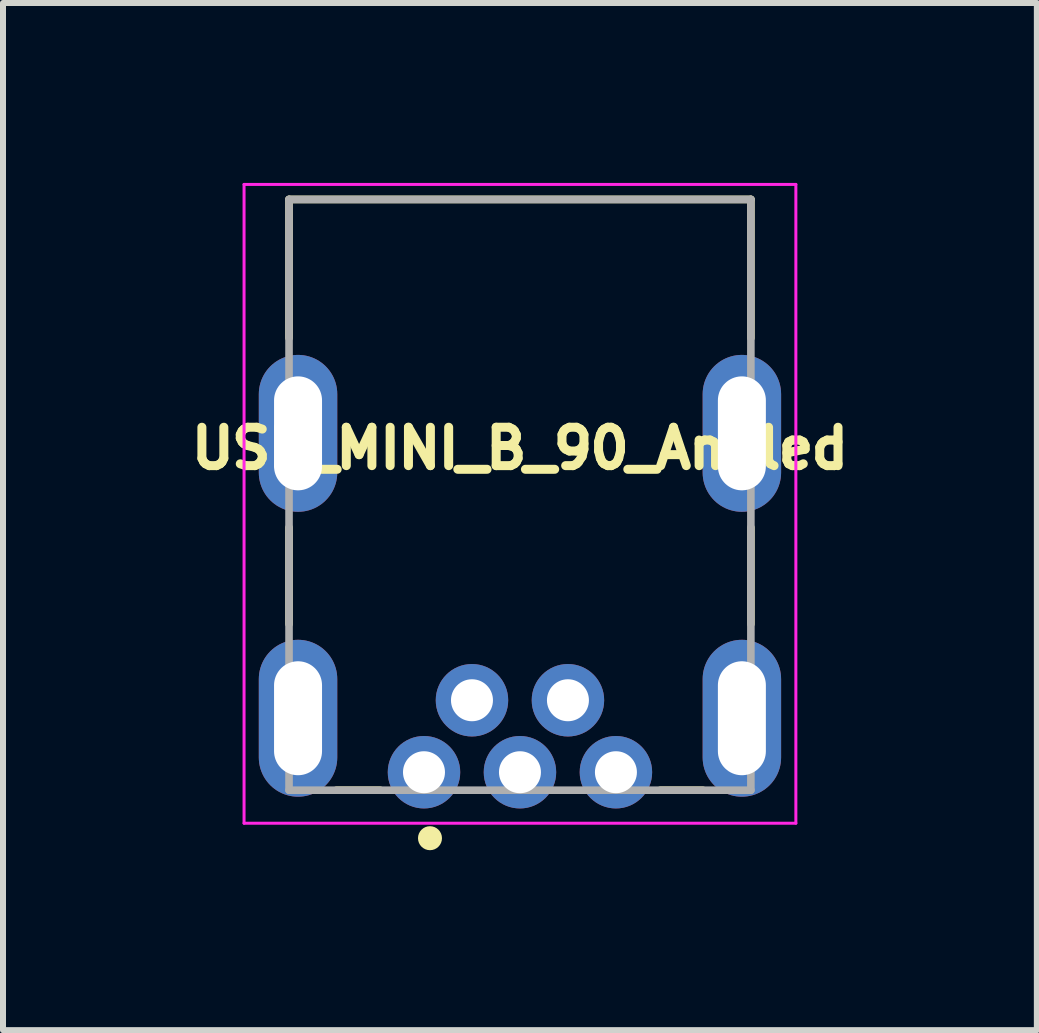
<source format=kicad_pcb>
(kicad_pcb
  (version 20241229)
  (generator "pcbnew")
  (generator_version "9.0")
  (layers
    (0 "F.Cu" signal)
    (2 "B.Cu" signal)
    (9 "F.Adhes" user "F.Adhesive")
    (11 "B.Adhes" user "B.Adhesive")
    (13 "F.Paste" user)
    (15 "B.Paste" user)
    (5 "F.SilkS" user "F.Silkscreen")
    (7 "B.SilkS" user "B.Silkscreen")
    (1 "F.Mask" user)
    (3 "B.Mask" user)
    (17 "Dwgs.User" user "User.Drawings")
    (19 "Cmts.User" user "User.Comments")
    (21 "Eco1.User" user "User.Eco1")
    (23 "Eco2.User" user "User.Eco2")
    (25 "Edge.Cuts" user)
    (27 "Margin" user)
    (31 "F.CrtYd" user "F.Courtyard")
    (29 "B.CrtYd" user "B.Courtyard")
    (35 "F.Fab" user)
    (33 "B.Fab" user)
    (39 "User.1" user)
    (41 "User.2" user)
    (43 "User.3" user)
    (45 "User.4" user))
  (footprint "USB_MINI_B_90_Angled"
    (layer "F.Cu")
    (at 5.619 8.925)
    (property "Reference" "USB_MINI_B_90_Angled" (at 0 -4.5 0) (layer "F.SilkS") (effects (font (size 0.64 0.64) (thickness 0.15))))
    (attr through_hole)
    (fp_line (start -3.85 -8.65) (end -3.85 -6.34) (stroke (width 0.127) (type solid)) (layer "F.SilkS"))
    (fp_line (start -3.85 -8.65) (end 3.85 -8.65) (stroke (width 0.127) (type solid)) (layer "F.SilkS"))
    (fp_line (start -3.85 -3.18) (end -3.85 -1.57) (stroke (width 0.127) (type solid)) (layer "F.SilkS"))
    (fp_line (start -3.06 1.2) (end -2.33 1.2) (stroke (width 0.127) (type solid)) (layer "F.SilkS"))
    (fp_line (start 2.34 1.2) (end 3.05 1.2) (stroke (width 0.127) (type solid)) (layer "F.SilkS"))
    (fp_line (start 3.85 -8.65) (end 3.85 -6.34) (stroke (width 0.127) (type solid)) (layer "F.SilkS"))
    (fp_line (start 3.85 -3.18) (end 3.85 -1.57) (stroke (width 0.127) (type solid)) (layer "F.SilkS"))
    (fp_circle (center -1.5 2) (end -1.4 2) (stroke (width 0.2) (type solid)) (fill no) (layer "F.SilkS"))
    (fp_line (start -4.6 -8.9) (end 4.6 -8.9) (stroke (width 0.05) (type solid)) (layer "F.CrtYd"))
    (fp_line (start -4.6 1.75) (end -4.6 -8.9) (stroke (width 0.05) (type solid)) (layer "F.CrtYd"))
    (fp_line (start 4.6 -8.9) (end 4.6 1.75) (stroke (width 0.05) (type solid)) (layer "F.CrtYd"))
    (fp_line (start 4.6 1.75) (end -4.6 1.75) (stroke (width 0.05) (type solid)) (layer "F.CrtYd"))
    (fp_line (start -3.85 -8.65) (end 3.85 -8.65) (stroke (width 0.127) (type solid)) (layer "F.Fab"))
    (fp_line (start -3.85 1.2) (end -3.85 -8.65) (stroke (width 0.127) (type solid)) (layer "F.Fab"))
    (fp_line (start 3.85 -8.65) (end 3.85 1.2) (stroke (width 0.127) (type solid)) (layer "F.Fab"))
    (fp_line (start 3.85 1.2) (end -3.85 1.2) (stroke (width 0.127) (type solid)) (layer "F.Fab"))
    (pad "1" thru_hole circle (at 1.6 0.9) (size 1.208 1.208) (drill 0.7) (layers "*.Cu" "*.Mask"))
    (pad "2" thru_hole circle (at 0.8 -0.3) (size 1.208 1.208) (drill 0.7) (layers "*.Cu" "*.Mask"))
    (pad "3" thru_hole circle (at 0 0.9) (size 1.208 1.208) (drill 0.7) (layers "*.Cu" "*.Mask"))
    (pad "4" thru_hole circle (at -0.8 -0.3) (size 1.208 1.208) (drill 0.7) (layers "*.Cu" "*.Mask"))
    (pad "5" thru_hole circle (at -1.6 0.9) (size 1.208 1.208) (drill 0.7) (layers "*.Cu" "*.Mask"))
    (pad "SH1" thru_hole oval (at -3.7 -4.75) (size 1.308 2.616) (drill oval 0.8 1.9) (layers "*.Cu" "*.Mask"))
    (pad "SH2" thru_hole oval (at -3.7 0) (size 1.308 2.616) (drill oval 0.8 1.9) (layers "*.Cu" "*.Mask"))
    (pad "SH3" thru_hole oval (at 3.7 0) (size 1.308 2.616) (drill oval 0.8 1.9) (layers "*.Cu" "*.Mask"))
    (pad "SH4" thru_hole oval (at 3.7 -4.75) (size 1.308 2.616) (drill oval 0.8 1.9) (layers "*.Cu" "*.Mask")))
  (gr_rect
    (start -3 -3)
    (end 14.237 14.125)
    (stroke (width 0.1) (type default))
    (fill no)
    (layer "Edge.Cuts")))
</source>
